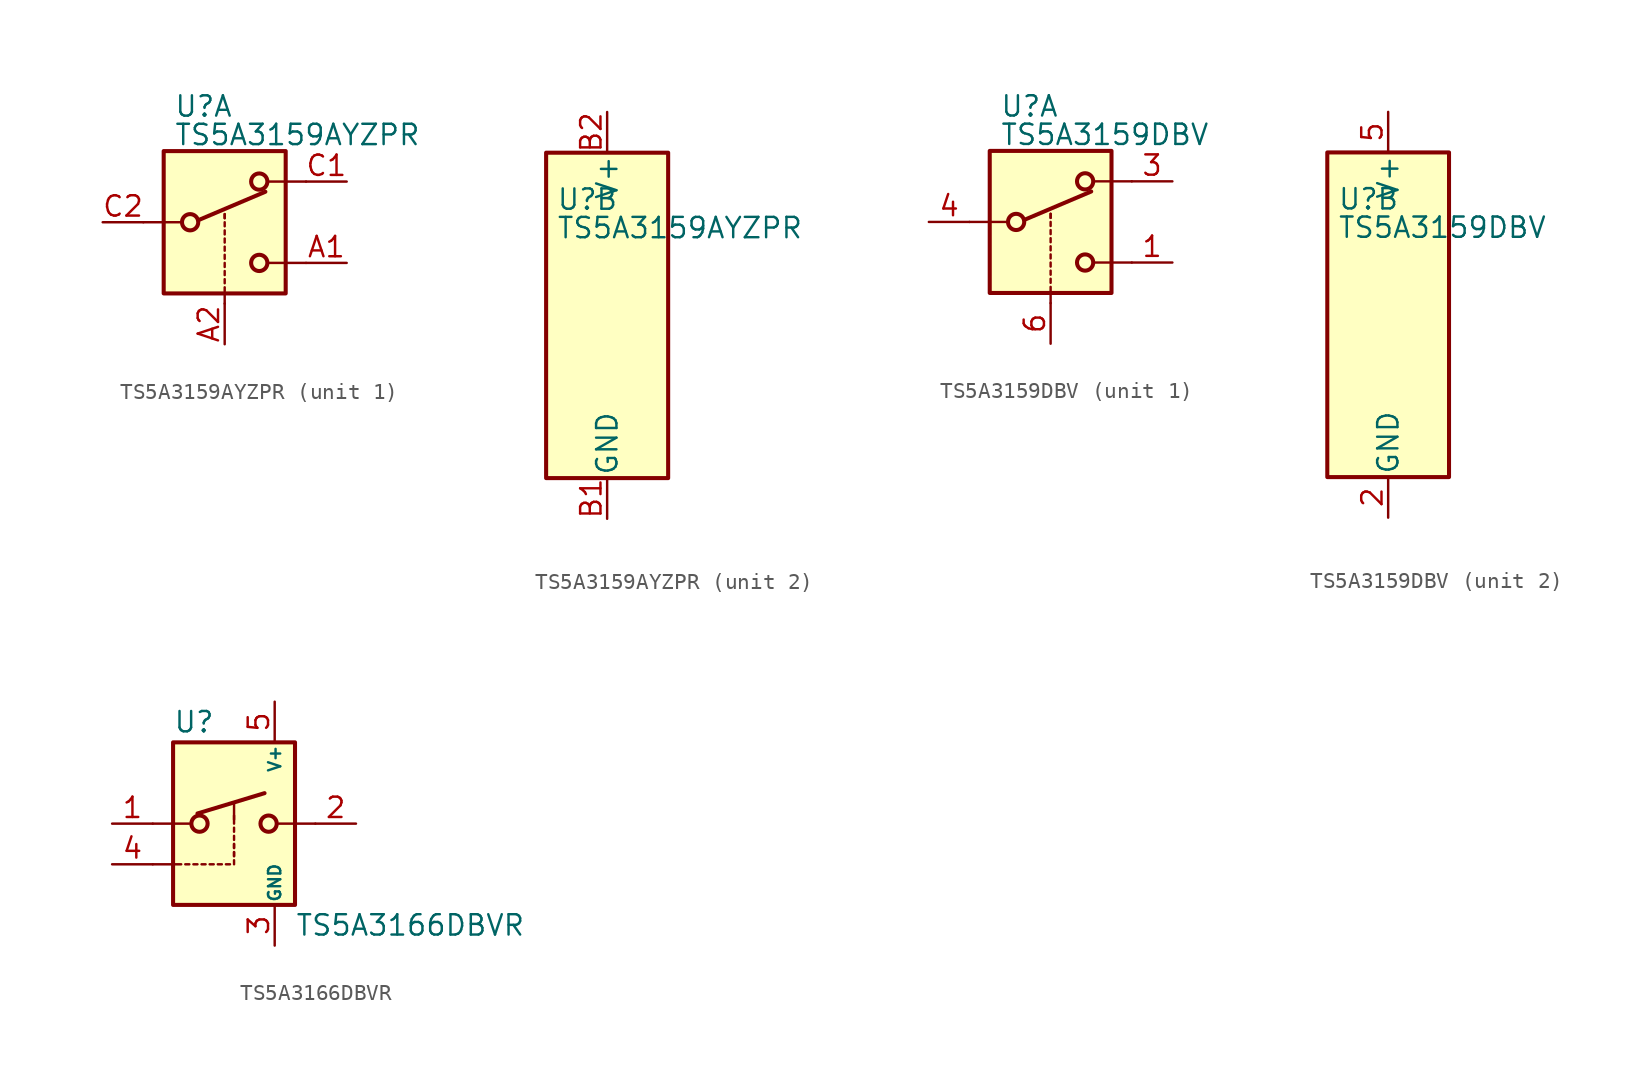
<source format=kicad_sym>
(kicad_symbol_lib
  (version 20241209)
  (generator "kicad_symbol_editor")
  (generator_version "9.0")
  (symbol "TS5A3159AYZPR"
    (pin_names
      (offset 0.127))
    (property "Reference" "U"
      (at -3.175 7.239 0)
      (effects (font (size 1.27 1.27)) (justify left)))
    (property "Value" "TS5A3159AYZPR"
      (at -3.175 5.461 0)
      (effects (font (size 1.27 1.27)) (justify left)))
    (symbol "TS5A3159AYZPR_1_1"
      (polyline (pts (xy -5.08 0) (xy -2.794 0)) (stroke (width 0) (type default)) (fill (type none)))
      (rectangle (start -3.81 4.445) (end 3.81 -4.445) (stroke (width 0.254) (type default)) (fill (type background)))
      (circle (center -2.159 0) (radius 0.508) (stroke (width 0.254) (type default)) (fill (type none)))
      (polyline (pts (xy -1.651 0.127) (xy 2.54 1.905)) (stroke (width 0.254) (type default)) (fill (type none)))
      (polyline (pts (xy 0 0.254) (xy 0 0.508)) (stroke (width 0) (type default)) (fill (type none)))
      (polyline (pts (xy 0 0.254) (xy 0 0.508)) (stroke (width 0) (type default)) (fill (type none)))
      (polyline (pts (xy 0 -0.254) (xy 0 0)) (stroke (width 0) (type default)) (fill (type none)))
      (polyline (pts (xy 0 -0.762) (xy 0 -0.508)) (stroke (width 0) (type default)) (fill (type none)))
      (polyline (pts (xy 0 -1.27) (xy 0 -1.016)) (stroke (width 0) (type default)) (fill (type none)))
      (polyline (pts (xy 0 -1.778) (xy 0 -1.524)) (stroke (width 0) (type default)) (fill (type none)))
      (polyline (pts (xy 0 -2.286) (xy 0 -2.032)) (stroke (width 0) (type default)) (fill (type none)))
      (polyline (pts (xy 0 -2.794) (xy 0 -2.54)) (stroke (width 0) (type default)) (fill (type none)))
      (polyline (pts (xy 0 -3.302) (xy 0 -3.048)) (stroke (width 0) (type default)) (fill (type none)))
      (polyline (pts (xy 0 -3.81) (xy 0 -3.556)) (stroke (width 0) (type default)) (fill (type none)))
      (polyline (pts (xy 0 -4.318) (xy 0 -4.064)) (stroke (width 0) (type default)) (fill (type none)))
      (polyline (pts (xy 0 -5.08) (xy 0 -4.572)) (stroke (width 0) (type default)) (fill (type none)))
      (circle (center 2.159 2.54) (radius 0.508) (stroke (width 0.254) (type default)) (fill (type none)))
      (circle (center 2.159 -2.54) (radius 0.508) (stroke (width 0.254) (type default)) (fill (type none)))
      (polyline (pts (xy 5.08 2.54) (xy 2.794 2.54)) (stroke (width 0) (type default)) (fill (type none)))
      (polyline (pts (xy 5.08 -2.54) (xy 2.794 -2.54)) (stroke (width 0) (type default)) (fill (type none)))
      (pin passive line (at -7.62 0 0) (length 2.54) (name "~" (effects (font (size 1.27 1.27)))) (number "C2" (effects (font (size 1.27 1.27)))))
      (pin input line (at 0 -7.62 90) (length 2.54) (name "~" (effects (font (size 1.27 1.27)))) (number "A2" (effects (font (size 1.27 1.27)))))
      (pin passive line (at 7.62 2.54 180) (length 2.54) (name "~" (effects (font (size 1.27 1.27)))) (number "C1" (effects (font (size 1.27 1.27)))))
      (pin passive line (at 7.62 -2.54 180) (length 2.54) (name "~" (effects (font (size 1.27 1.27)))) (number "A1" (effects (font (size 1.27 1.27))))))
    (symbol "TS5A3159AYZPR_2_0"
      (pin power_in line (at 0 12.7 270) (length 2.54) (name "V+" (effects (font (size 1.27 1.27)))) (number "B2" (effects (font (size 1.27 1.27)))))
      (pin power_in line (at 0 -12.7 90) (length 2.54) (name "GND" (effects (font (size 1.27 1.27)))) (number "B1" (effects (font (size 1.27 1.27))))))
    (symbol "TS5A3159AYZPR_2_1"
      (rectangle (start -3.81 10.16) (end 3.81 -10.16) (stroke (width 0.254) (type default)) (fill (type background)))))
  (symbol "TS5A3159DBV"
    (pin_names
      (offset 0.127))
    (property "Reference" "U"
      (at -3.175 7.239 0)
      (effects (font (size 1.27 1.27)) (justify left)))
    (property "Value" "TS5A3159DBV"
      (at -3.175 5.461 0)
      (effects (font (size 1.27 1.27)) (justify left)))
    (symbol "TS5A3159DBV_1_1"
      (polyline (pts (xy -5.08 0) (xy -2.794 0)) (stroke (width 0) (type default)) (fill (type none)))
      (rectangle (start -3.81 4.445) (end 3.81 -4.445) (stroke (width 0.254) (type default)) (fill (type background)))
      (circle (center -2.159 0) (radius 0.508) (stroke (width 0.254) (type default)) (fill (type none)))
      (polyline (pts (xy -1.651 0.127) (xy 2.54 1.905)) (stroke (width 0.254) (type default)) (fill (type none)))
      (polyline (pts (xy 0 0.254) (xy 0 0.508)) (stroke (width 0) (type default)) (fill (type none)))
      (polyline (pts (xy 0 0.254) (xy 0 0.508)) (stroke (width 0) (type default)) (fill (type none)))
      (polyline (pts (xy 0 -0.254) (xy 0 0)) (stroke (width 0) (type default)) (fill (type none)))
      (polyline (pts (xy 0 -0.762) (xy 0 -0.508)) (stroke (width 0) (type default)) (fill (type none)))
      (polyline (pts (xy 0 -1.27) (xy 0 -1.016)) (stroke (width 0) (type default)) (fill (type none)))
      (polyline (pts (xy 0 -1.778) (xy 0 -1.524)) (stroke (width 0) (type default)) (fill (type none)))
      (polyline (pts (xy 0 -2.286) (xy 0 -2.032)) (stroke (width 0) (type default)) (fill (type none)))
      (polyline (pts (xy 0 -2.794) (xy 0 -2.54)) (stroke (width 0) (type default)) (fill (type none)))
      (polyline (pts (xy 0 -3.302) (xy 0 -3.048)) (stroke (width 0) (type default)) (fill (type none)))
      (polyline (pts (xy 0 -3.81) (xy 0 -3.556)) (stroke (width 0) (type default)) (fill (type none)))
      (polyline (pts (xy 0 -4.318) (xy 0 -4.064)) (stroke (width 0) (type default)) (fill (type none)))
      (polyline (pts (xy 0 -5.08) (xy 0 -4.572)) (stroke (width 0) (type default)) (fill (type none)))
      (circle (center 2.159 2.54) (radius 0.508) (stroke (width 0.254) (type default)) (fill (type none)))
      (circle (center 2.159 -2.54) (radius 0.508) (stroke (width 0.254) (type default)) (fill (type none)))
      (polyline (pts (xy 5.08 2.54) (xy 2.794 2.54)) (stroke (width 0) (type default)) (fill (type none)))
      (polyline (pts (xy 5.08 -2.54) (xy 2.794 -2.54)) (stroke (width 0) (type default)) (fill (type none)))
      (pin passive line (at -7.62 0 0) (length 2.54) (name "~" (effects (font (size 1.27 1.27)))) (number "4" (effects (font (size 1.27 1.27)))))
      (pin input line (at 0 -7.62 90) (length 2.54) (name "~" (effects (font (size 1.27 1.27)))) (number "6" (effects (font (size 1.27 1.27)))))
      (pin passive line (at 7.62 2.54 180) (length 2.54) (name "~" (effects (font (size 1.27 1.27)))) (number "3" (effects (font (size 1.27 1.27)))))
      (pin passive line (at 7.62 -2.54 180) (length 2.54) (name "~" (effects (font (size 1.27 1.27)))) (number "1" (effects (font (size 1.27 1.27))))))
    (symbol "TS5A3159DBV_2_0"
      (pin power_in line (at 0 12.7 270) (length 2.54) (name "V+" (effects (font (size 1.27 1.27)))) (number "5" (effects (font (size 1.27 1.27)))))
      (pin power_in line (at 0 -12.7 90) (length 2.54) (name "GND" (effects (font (size 1.27 1.27)))) (number "2" (effects (font (size 1.27 1.27))))))
    (symbol "TS5A3159DBV_2_1"
      (rectangle (start -3.81 10.16) (end 3.81 -10.16) (stroke (width 0.254) (type default)) (fill (type background)))))
  (symbol "TS5A3166DBVR"
    (pin_names
      (offset 0.127))
    (property "Reference" "U"
      (at -3.81 6.35 0)
      (effects (font (size 1.27 1.27)) (justify left)))
    (property "Value" "TS5A3166DBVR"
      (at 3.81 -6.35 0)
      (effects (font (size 1.27 1.27)) (justify left)))
    (symbol "TS5A3166DBVR_0_1"
      (polyline (pts (xy -5.08 -2.54) (xy -3.302 -2.54)) (stroke (width 0) (type default)) (fill (type none)))
      (polyline (pts (xy -3.048 -2.54) (xy -2.794 -2.54)) (stroke (width 0) (type default)) (fill (type none)))
      (polyline (pts (xy -2.54 -2.54) (xy -2.286 -2.54)) (stroke (width 0) (type default)) (fill (type none)))
      (polyline (pts (xy -2.032 -2.54) (xy -1.778 -2.54)) (stroke (width 0) (type default)) (fill (type none)))
      (polyline (pts (xy -1.524 -2.54) (xy -1.27 -2.54)) (stroke (width 0) (type default)) (fill (type none)))
      (polyline (pts (xy -1.016 -2.54) (xy -0.762 -2.54)) (stroke (width 0) (type default)) (fill (type none)))
      (polyline (pts (xy -0.508 -2.54) (xy -0.254 -2.54)) (stroke (width 0) (type default)) (fill (type none)))
      (polyline (pts (xy 0 -1.524) (xy 0 -1.27)) (stroke (width 0) (type default)) (fill (type none)))
      (polyline (pts (xy 0 -2.032) (xy 0 -1.778)) (stroke (width 0) (type default)) (fill (type none))))
    (symbol "TS5A3166DBVR_1_1"
      (polyline (pts (xy -5.08 0) (xy -2.794 0)) (stroke (width 0) (type default)) (fill (type none)))
      (rectangle (start -3.81 5.08) (end 3.81 -5.08) (stroke (width 0.254) (type default)) (fill (type background)))
      (polyline (pts (xy -2.286 0.635) (xy 1.905 1.905)) (stroke (width 0.254) (type default)) (fill (type none)))
      (circle (center -2.159 0) (radius 0.508) (stroke (width 0.254) (type default)) (fill (type none)))
      (polyline (pts (xy 0 0.254) (xy 0 1.27)) (stroke (width 0) (type default)) (fill (type none)))
      (polyline (pts (xy 0 0) (xy 0 0.508)) (stroke (width 0) (type default)) (fill (type none)))
      (polyline (pts (xy 0 -0.508) (xy 0 -0.254)) (stroke (width 0) (type default)) (fill (type none)))
      (polyline (pts (xy 0 -1.016) (xy 0 -0.762)) (stroke (width 0) (type default)) (fill (type none)))
      (polyline (pts (xy 0 -1.524) (xy 0 -1.27)) (stroke (width 0) (type default)) (fill (type none)))
      (polyline (pts (xy 0 -2.032) (xy 0 -1.778)) (stroke (width 0) (type default)) (fill (type none)))
      (polyline (pts (xy 0 -2.54) (xy 0 -2.286)) (stroke (width 0) (type default)) (fill (type none)))
      (circle (center 2.159 0) (radius 0.508) (stroke (width 0.254) (type default)) (fill (type none)))
      (polyline (pts (xy 5.08 0) (xy 2.794 0)) (stroke (width 0) (type default)) (fill (type none)))
      (pin passive line (at -7.62 0 0) (length 2.54) (name "~" (effects (font (size 1.27 1.27)))) (number "1" (effects (font (size 1.27 1.27)))))
      (pin input line (at -7.62 -2.54 0) (length 2.54) (name "~" (effects (font (size 1.27 1.27)))) (number "4" (effects (font (size 1.27 1.27)))))
      (pin power_in line (at 2.54 7.62 270) (length 2.54) (name "V+" (effects (font (size 0.762 0.762)))) (number "5" (effects (font (size 1.27 1.27)))))
      (pin power_in line (at 2.54 -7.62 90) (length 2.54) (name "GND" (effects (font (size 0.762 0.762)))) (number "3" (effects (font (size 1.27 1.27)))))
      (pin passive line (at 7.62 0 180) (length 2.54) (name "~" (effects (font (size 1.27 1.27)))) (number "2" (effects (font (size 1.27 1.27))))))))
</source>
